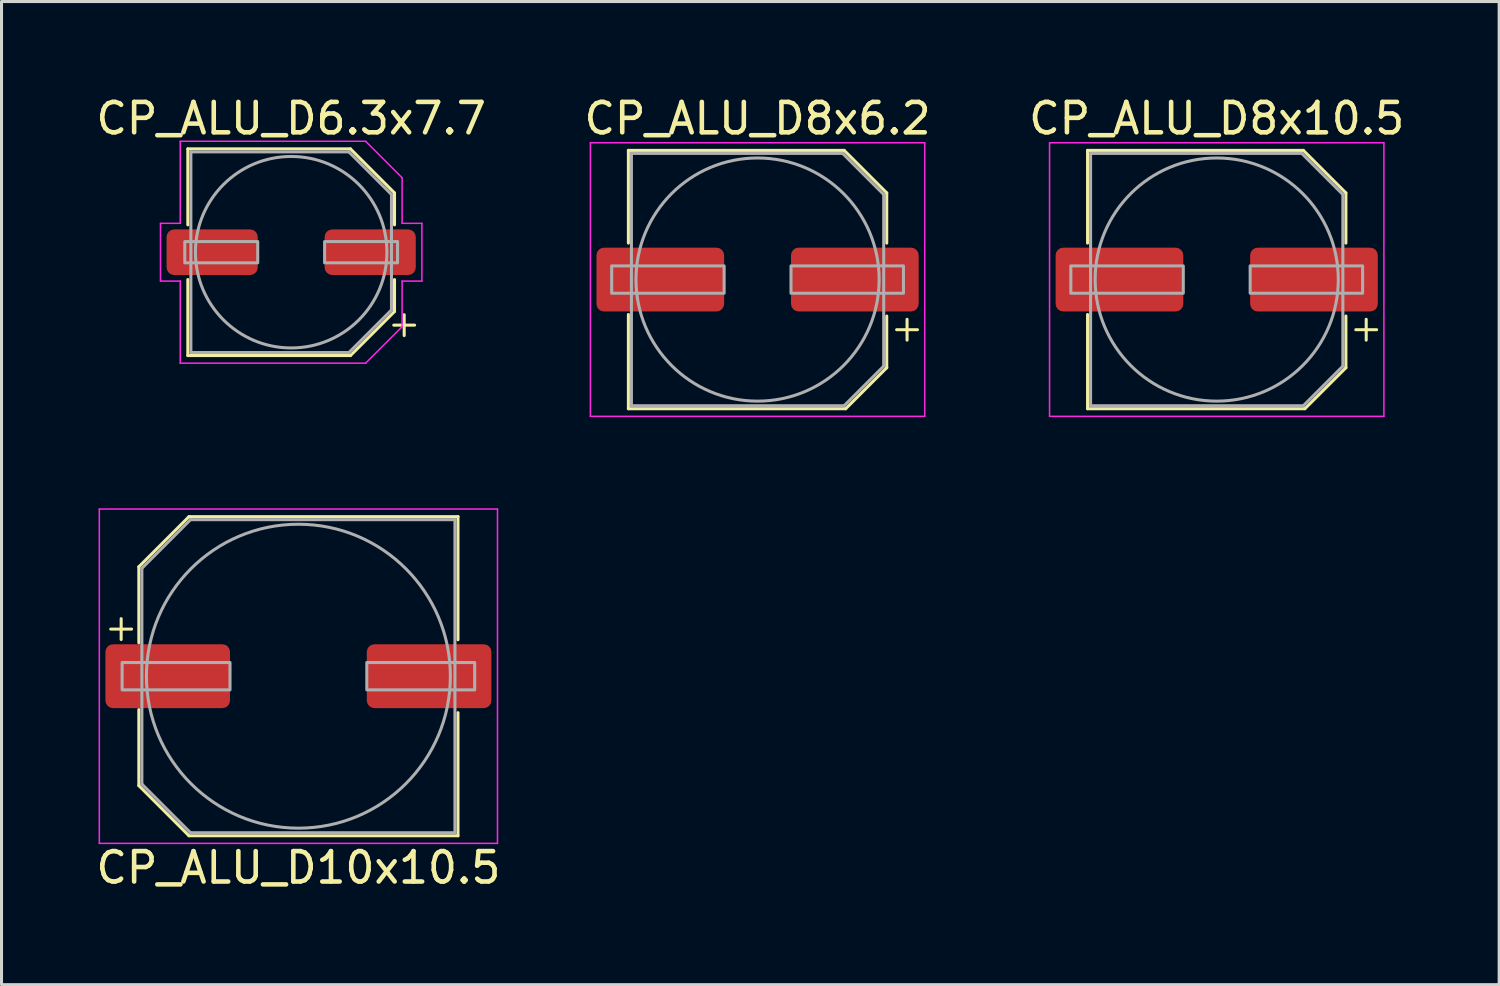
<source format=kicad_pcb>
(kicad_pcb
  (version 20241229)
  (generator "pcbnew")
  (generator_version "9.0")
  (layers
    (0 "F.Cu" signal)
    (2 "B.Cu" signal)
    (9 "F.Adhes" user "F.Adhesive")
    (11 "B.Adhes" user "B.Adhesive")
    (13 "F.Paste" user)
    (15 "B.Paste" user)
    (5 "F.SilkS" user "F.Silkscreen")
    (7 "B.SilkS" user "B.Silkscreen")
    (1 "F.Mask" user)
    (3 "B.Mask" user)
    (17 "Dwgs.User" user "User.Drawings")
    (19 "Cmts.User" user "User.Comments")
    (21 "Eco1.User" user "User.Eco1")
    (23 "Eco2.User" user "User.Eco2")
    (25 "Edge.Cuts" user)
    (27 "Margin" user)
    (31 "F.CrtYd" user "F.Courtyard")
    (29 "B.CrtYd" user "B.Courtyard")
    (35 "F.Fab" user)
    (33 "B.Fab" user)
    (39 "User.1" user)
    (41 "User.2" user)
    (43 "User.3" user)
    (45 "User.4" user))
  (footprint "CP_ALU_D6.3x7.7"
    (layer "F.Cu")
    (at 6.53 5.248)
    (property "Reference" "CP_ALU_D6.3x7.7" (at 0 -4.4 0) (layer "F.SilkS") (effects (font (size 1 1) (thickness 0.15))))
    (attr smd)
    (fp_line (start -3.4 -3.4) (end -3.4 -0.9) (stroke (width 0.1) (type solid)) (layer "F.SilkS"))
    (fp_line (start -3.4 3.4) (end -3.4 0.9) (stroke (width 0.1) (type solid)) (layer "F.SilkS"))
    (fp_line (start 1.95 -3.4) (end -3.4 -3.4) (stroke (width 0.1) (type solid)) (layer "F.SilkS"))
    (fp_line (start 1.95 3.4) (end -3.4 3.4) (stroke (width 0.1) (type solid)) (layer "F.SilkS"))
    (fp_line (start 3.4 -1.95) (end 1.95 -3.4) (stroke (width 0.1) (type solid)) (layer "F.SilkS"))
    (fp_line (start 3.4 -1.95) (end 3.4 -0.9) (stroke (width 0.1) (type solid)) (layer "F.SilkS"))
    (fp_line (start 3.4 1.95) (end 1.95 3.4) (stroke (width 0.1) (type solid)) (layer "F.SilkS"))
    (fp_line (start 3.4 1.95) (end 3.4 0.9) (stroke (width 0.1) (type solid)) (layer "F.SilkS"))
    (fp_line (start -4.3 0.95) (end -4.3 -0.95) (stroke (width 0.05) (type solid)) (layer "F.CrtYd"))
    (fp_line (start -4.3 0.95) (end -3.65 0.95) (stroke (width 0.05) (type solid)) (layer "F.CrtYd"))
    (fp_line (start -3.65 -3.65) (end -3.65 -0.95) (stroke (width 0.05) (type solid)) (layer "F.CrtYd"))
    (fp_line (start -3.65 -0.95) (end -4.3 -0.95) (stroke (width 0.05) (type solid)) (layer "F.CrtYd"))
    (fp_line (start -3.65 0.95) (end -3.65 3.65) (stroke (width 0.05) (type solid)) (layer "F.CrtYd"))
    (fp_line (start 2.45 -3.65) (end -3.65 -3.65) (stroke (width 0.05) (type solid)) (layer "F.CrtYd"))
    (fp_line (start 2.45 -3.65) (end 3.65 -2.45) (stroke (width 0.05) (type solid)) (layer "F.CrtYd"))
    (fp_line (start 2.45 3.65) (end -3.65 3.65) (stroke (width 0.05) (type solid)) (layer "F.CrtYd"))
    (fp_line (start 2.45 3.65) (end 3.65 2.45) (stroke (width 0.05) (type solid)) (layer "F.CrtYd"))
    (fp_line (start 3.65 -2.45) (end 3.65 -0.95) (stroke (width 0.05) (type solid)) (layer "F.CrtYd"))
    (fp_line (start 3.65 -0.95) (end 4.3 -0.95) (stroke (width 0.05) (type solid)) (layer "F.CrtYd"))
    (fp_line (start 3.65 0.95) (end 3.65 2.45) (stroke (width 0.05) (type solid)) (layer "F.CrtYd"))
    (fp_line (start 3.65 0.95) (end 4.3 0.95) (stroke (width 0.05) (type solid)) (layer "F.CrtYd"))
    (fp_line (start 4.3 0.95) (end 4.3 -0.95) (stroke (width 0.05) (type solid)) (layer "F.CrtYd"))
    (fp_line (start -3.3 3.3) (end -3.3 -3.3) (stroke (width 0.1) (type solid)) (layer "F.Fab"))
    (fp_line (start 1.9 -3.3) (end -3.3 -3.3) (stroke (width 0.1) (type solid)) (layer "F.Fab"))
    (fp_line (start 1.9 3.3) (end -3.3 3.3) (stroke (width 0.1) (type solid)) (layer "F.Fab"))
    (fp_line (start 3.3 -1.9) (end 1.9 -3.3) (stroke (width 0.1) (type solid)) (layer "F.Fab"))
    (fp_line (start 3.3 1.9) (end 1.9 3.3) (stroke (width 0.1) (type solid)) (layer "F.Fab"))
    (fp_line (start 3.3 1.9) (end 3.3 -1.9) (stroke (width 0.1) (type solid)) (layer "F.Fab"))
    (fp_circle (center 0 0) (end -3.15 0) (stroke (width 0.1) (type solid)) (fill no) (layer "F.Fab"))
    (fp_poly (pts (xy -3.5 -0.35) (xy -1.1 -0.35) (xy -1.1 0.35) (xy -3.5 0.35)) (stroke (width 0.1) (type solid)) (fill no) (layer "F.Fab"))
    (fp_poly (pts (xy 1.1 -0.35) (xy 3.5 -0.35) (xy 3.5 0.35) (xy 1.1 0.35)) (stroke (width 0.1) (type solid)) (fill no) (layer "F.Fab"))
    (fp_text user "+" (at 3.65 2.4 90) (layer "F.SilkS") (effects (font (size 0.9 0.9) (thickness 0.1))))
    (pad "1" smd roundrect (at 2.6 0 180) (size 3 1.5) (layers "F.Cu" "F.Mask" "F.Paste") (roundrect_rratio 0.167))
    (pad "2" smd roundrect (at -2.6 0 180) (size 3 1.5) (layers "F.Cu" "F.Mask" "F.Paste") (roundrect_rratio 0.167)))
  (footprint "CP_ALU_D8x10.5"
    (layer "F.Cu")
    (at 36.982 6.148)
    (property "Reference" "CP_ALU_D8x10.5" (at 0 -5.3 0) (layer "F.SilkS") (effects (font (size 1 1) (thickness 0.15))))
    (attr smd)
    (fp_line (start -4.25 -4.25) (end -4.25 -1.2) (stroke (width 0.1) (type solid)) (layer "F.SilkS"))
    (fp_line (start -4.25 4.25) (end -4.25 1.15) (stroke (width 0.1) (type solid)) (layer "F.SilkS"))
    (fp_line (start 2.85 -4.25) (end -4.25 -4.25) (stroke (width 0.1) (type solid)) (layer "F.SilkS"))
    (fp_line (start 2.9 4.25) (end -4.25 4.25) (stroke (width 0.1) (type solid)) (layer "F.SilkS"))
    (fp_line (start 4.25 -2.85) (end 2.85 -4.25) (stroke (width 0.1) (type solid)) (layer "F.SilkS"))
    (fp_line (start 4.25 -2.85) (end 4.25 -1.2) (stroke (width 0.1) (type solid)) (layer "F.SilkS"))
    (fp_line (start 4.25 2.9) (end 2.9 4.25) (stroke (width 0.1) (type solid)) (layer "F.SilkS"))
    (fp_line (start 4.25 2.9) (end 4.25 1.2) (stroke (width 0.1) (type solid)) (layer "F.SilkS"))
    (fp_line (start -5.5 4.5) (end -5.5 -4.5) (stroke (width 0.05) (type solid)) (layer "F.CrtYd"))
    (fp_line (start 5.5 -4.5) (end -5.5 -4.5) (stroke (width 0.05) (type solid)) (layer "F.CrtYd"))
    (fp_line (start 5.5 4.5) (end -5.5 4.5) (stroke (width 0.05) (type solid)) (layer "F.CrtYd"))
    (fp_line (start 5.5 4.5) (end 5.5 -4.5) (stroke (width 0.05) (type solid)) (layer "F.CrtYd"))
    (fp_line (start -4.15 4.15) (end -4.15 -4.15) (stroke (width 0.1) (type solid)) (layer "F.Fab"))
    (fp_line (start 2.8 -4.15) (end -4.15 -4.15) (stroke (width 0.1) (type solid)) (layer "F.Fab"))
    (fp_line (start 2.85 4.15) (end -4.15 4.15) (stroke (width 0.1) (type solid)) (layer "F.Fab"))
    (fp_line (start 4.15 -2.8) (end 2.8 -4.15) (stroke (width 0.1) (type solid)) (layer "F.Fab"))
    (fp_line (start 4.15 2.85) (end 2.85 4.15) (stroke (width 0.1) (type solid)) (layer "F.Fab"))
    (fp_line (start 4.15 2.85) (end 4.15 -2.8) (stroke (width 0.1) (type solid)) (layer "F.Fab"))
    (fp_circle (center 0 0) (end -4 0) (stroke (width 0.1) (type solid)) (fill no) (layer "F.Fab"))
    (fp_poly (pts (xy -4.8 -0.45) (xy -1.1 -0.45) (xy -1.1 0.45) (xy -4.8 0.45)) (stroke (width 0.1) (type solid)) (fill no) (layer "F.Fab"))
    (fp_poly (pts (xy 1.1 -0.45) (xy 4.8 -0.45) (xy 4.8 0.45) (xy 1.1 0.45)) (stroke (width 0.1) (type solid)) (fill no) (layer "F.Fab"))
    (fp_text user "+" (at 4.85 1.65 90) (layer "F.SilkS") (effects (font (size 0.9 0.9) (thickness 0.1))))
    (pad "1" smd roundrect (at 3.2 0 180) (size 4.2 2.1) (layers "F.Cu" "F.Mask" "F.Paste") (roundrect_rratio 0.119))
    (pad "2" smd roundrect (at -3.2 0 180) (size 4.2 2.1) (layers "F.Cu" "F.Mask" "F.Paste") (roundrect_rratio 0.119)))
  (footprint "CP_ALU_D10x10.5"
    (layer "F.Cu")
    (at 6.768 19.198)
    (property "Reference" "CP_ALU_D10x10.5" (at 0 6.3 180) (layer "F.SilkS") (effects (font (size 1 1) (thickness 0.15))))
    (attr smd)
    (fp_line (start -5.25 -3.6) (end -5.25 -1.1) (stroke (width 0.1) (type solid)) (layer "F.SilkS"))
    (fp_line (start -5.25 -3.6) (end -3.6 -5.25) (stroke (width 0.1) (type solid)) (layer "F.SilkS"))
    (fp_line (start -5.25 3.6) (end -5.25 1.1) (stroke (width 0.1) (type solid)) (layer "F.SilkS"))
    (fp_line (start -5.25 3.6) (end -3.6 5.25) (stroke (width 0.1) (type solid)) (layer "F.SilkS"))
    (fp_line (start -3.6 -5.25) (end 5.25 -5.25) (stroke (width 0.1) (type solid)) (layer "F.SilkS"))
    (fp_line (start -3.6 5.25) (end 5.25 5.25) (stroke (width 0.1) (type solid)) (layer "F.SilkS"))
    (fp_line (start 5.25 -5.25) (end 5.25 -1.2) (stroke (width 0.1) (type solid)) (layer "F.SilkS"))
    (fp_line (start 5.25 5.25) (end 5.25 1.2) (stroke (width 0.1) (type solid)) (layer "F.SilkS"))
    (fp_line (start -6.55 -5.5) (end -6.55 5.5) (stroke (width 0.05) (type solid)) (layer "F.CrtYd"))
    (fp_line (start -6.55 -5.5) (end 6.55 -5.5) (stroke (width 0.05) (type solid)) (layer "F.CrtYd"))
    (fp_line (start -6.55 5.5) (end 6.55 5.5) (stroke (width 0.05) (type solid)) (layer "F.CrtYd"))
    (fp_line (start 6.55 -5.5) (end 6.55 5.5) (stroke (width 0.05) (type solid)) (layer "F.CrtYd"))
    (fp_line (start -5.15 -3.55) (end -5.15 3.55) (stroke (width 0.1) (type solid)) (layer "F.Fab"))
    (fp_line (start -5.15 -3.55) (end -3.55 -5.15) (stroke (width 0.1) (type solid)) (layer "F.Fab"))
    (fp_line (start -5.15 3.55) (end -3.55 5.15) (stroke (width 0.1) (type solid)) (layer "F.Fab"))
    (fp_line (start -3.55 -5.15) (end 5.15 -5.15) (stroke (width 0.1) (type solid)) (layer "F.Fab"))
    (fp_line (start -3.55 5.15) (end 5.15 5.15) (stroke (width 0.1) (type solid)) (layer "F.Fab"))
    (fp_line (start 5.15 -5.15) (end 5.15 5.15) (stroke (width 0.1) (type solid)) (layer "F.Fab"))
    (fp_circle (center 0 0) (end 5 0) (stroke (width 0.1) (type solid)) (fill no) (layer "F.Fab"))
    (fp_poly (pts (xy -2.25 0.45) (xy -5.8 0.45) (xy -5.8 -0.45) (xy -2.25 -0.45)) (stroke (width 0.1) (type solid)) (fill no) (layer "F.Fab"))
    (fp_poly (pts (xy 5.8 0.45) (xy 2.25 0.45) (xy 2.25 -0.45) (xy 5.8 -0.45)) (stroke (width 0.1) (type solid)) (fill no) (layer "F.Fab"))
    (fp_text user "+" (at -5.9 -1.55 270) (layer "F.SilkS") (effects (font (size 0.9 0.9) (thickness 0.1))))
    (pad "1" smd roundrect (at -4.3 0) (size 4.1 2.1) (layers "F.Cu" "F.Mask" "F.Paste") (roundrect_rratio 0.119))
    (pad "2" smd roundrect (at 4.3 0) (size 4.1 2.1) (layers "F.Cu" "F.Mask" "F.Paste") (roundrect_rratio 0.119)))
  (footprint "CP_ALU_D8x6.2"
    (layer "F.Cu")
    (at 21.875 6.148)
    (property "Reference" "CP_ALU_D8x6.2" (at 0 -5.3 0) (layer "F.SilkS") (effects (font (size 1 1) (thickness 0.15))))
    (attr smd)
    (fp_line (start -4.25 -4.25) (end -4.25 -1.2) (stroke (width 0.1) (type solid)) (layer "F.SilkS"))
    (fp_line (start -4.25 4.25) (end -4.25 1.15) (stroke (width 0.1) (type solid)) (layer "F.SilkS"))
    (fp_line (start 2.85 -4.25) (end -4.25 -4.25) (stroke (width 0.1) (type solid)) (layer "F.SilkS"))
    (fp_line (start 2.9 4.25) (end -4.25 4.25) (stroke (width 0.1) (type solid)) (layer "F.SilkS"))
    (fp_line (start 4.25 -2.85) (end 2.85 -4.25) (stroke (width 0.1) (type solid)) (layer "F.SilkS"))
    (fp_line (start 4.25 -2.85) (end 4.25 -1.2) (stroke (width 0.1) (type solid)) (layer "F.SilkS"))
    (fp_line (start 4.25 2.9) (end 2.9 4.25) (stroke (width 0.1) (type solid)) (layer "F.SilkS"))
    (fp_line (start 4.25 2.9) (end 4.25 1.2) (stroke (width 0.1) (type solid)) (layer "F.SilkS"))
    (fp_line (start -5.5 4.5) (end -5.5 -4.5) (stroke (width 0.05) (type solid)) (layer "F.CrtYd"))
    (fp_line (start 5.5 -4.5) (end -5.5 -4.5) (stroke (width 0.05) (type solid)) (layer "F.CrtYd"))
    (fp_line (start 5.5 4.5) (end -5.5 4.5) (stroke (width 0.05) (type solid)) (layer "F.CrtYd"))
    (fp_line (start 5.5 4.5) (end 5.5 -4.5) (stroke (width 0.05) (type solid)) (layer "F.CrtYd"))
    (fp_line (start -4.15 4.15) (end -4.15 -4.15) (stroke (width 0.1) (type solid)) (layer "F.Fab"))
    (fp_line (start 2.8 -4.15) (end -4.15 -4.15) (stroke (width 0.1) (type solid)) (layer "F.Fab"))
    (fp_line (start 2.85 4.15) (end -4.15 4.15) (stroke (width 0.1) (type solid)) (layer "F.Fab"))
    (fp_line (start 4.15 -2.8) (end 2.8 -4.15) (stroke (width 0.1) (type solid)) (layer "F.Fab"))
    (fp_line (start 4.15 2.85) (end 2.85 4.15) (stroke (width 0.1) (type solid)) (layer "F.Fab"))
    (fp_line (start 4.15 2.85) (end 4.15 -2.8) (stroke (width 0.1) (type solid)) (layer "F.Fab"))
    (fp_circle (center 0 0) (end -4 0) (stroke (width 0.1) (type solid)) (fill no) (layer "F.Fab"))
    (fp_poly (pts (xy -4.8 -0.45) (xy -1.1 -0.45) (xy -1.1 0.45) (xy -4.8 0.45)) (stroke (width 0.1) (type solid)) (fill no) (layer "F.Fab"))
    (fp_poly (pts (xy 1.1 -0.45) (xy 4.8 -0.45) (xy 4.8 0.45) (xy 1.1 0.45)) (stroke (width 0.1) (type solid)) (fill no) (layer "F.Fab"))
    (fp_text user "+" (at 4.85 1.65 90) (layer "F.SilkS") (effects (font (size 0.9 0.9) (thickness 0.1))))
    (pad "1" smd roundrect (at 3.2 0 180) (size 4.2 2.1) (layers "F.Cu" "F.Mask" "F.Paste") (roundrect_rratio 0.119))
    (pad "2" smd roundrect (at -3.2 0 180) (size 4.2 2.1) (layers "F.Cu" "F.Mask" "F.Paste") (roundrect_rratio 0.119)))
  (gr_rect
    (start -3 -3)
    (end 46.274 29.346)
    (stroke (width 0.1) (type default))
    (fill no)
    (layer "Edge.Cuts")))
</source>
